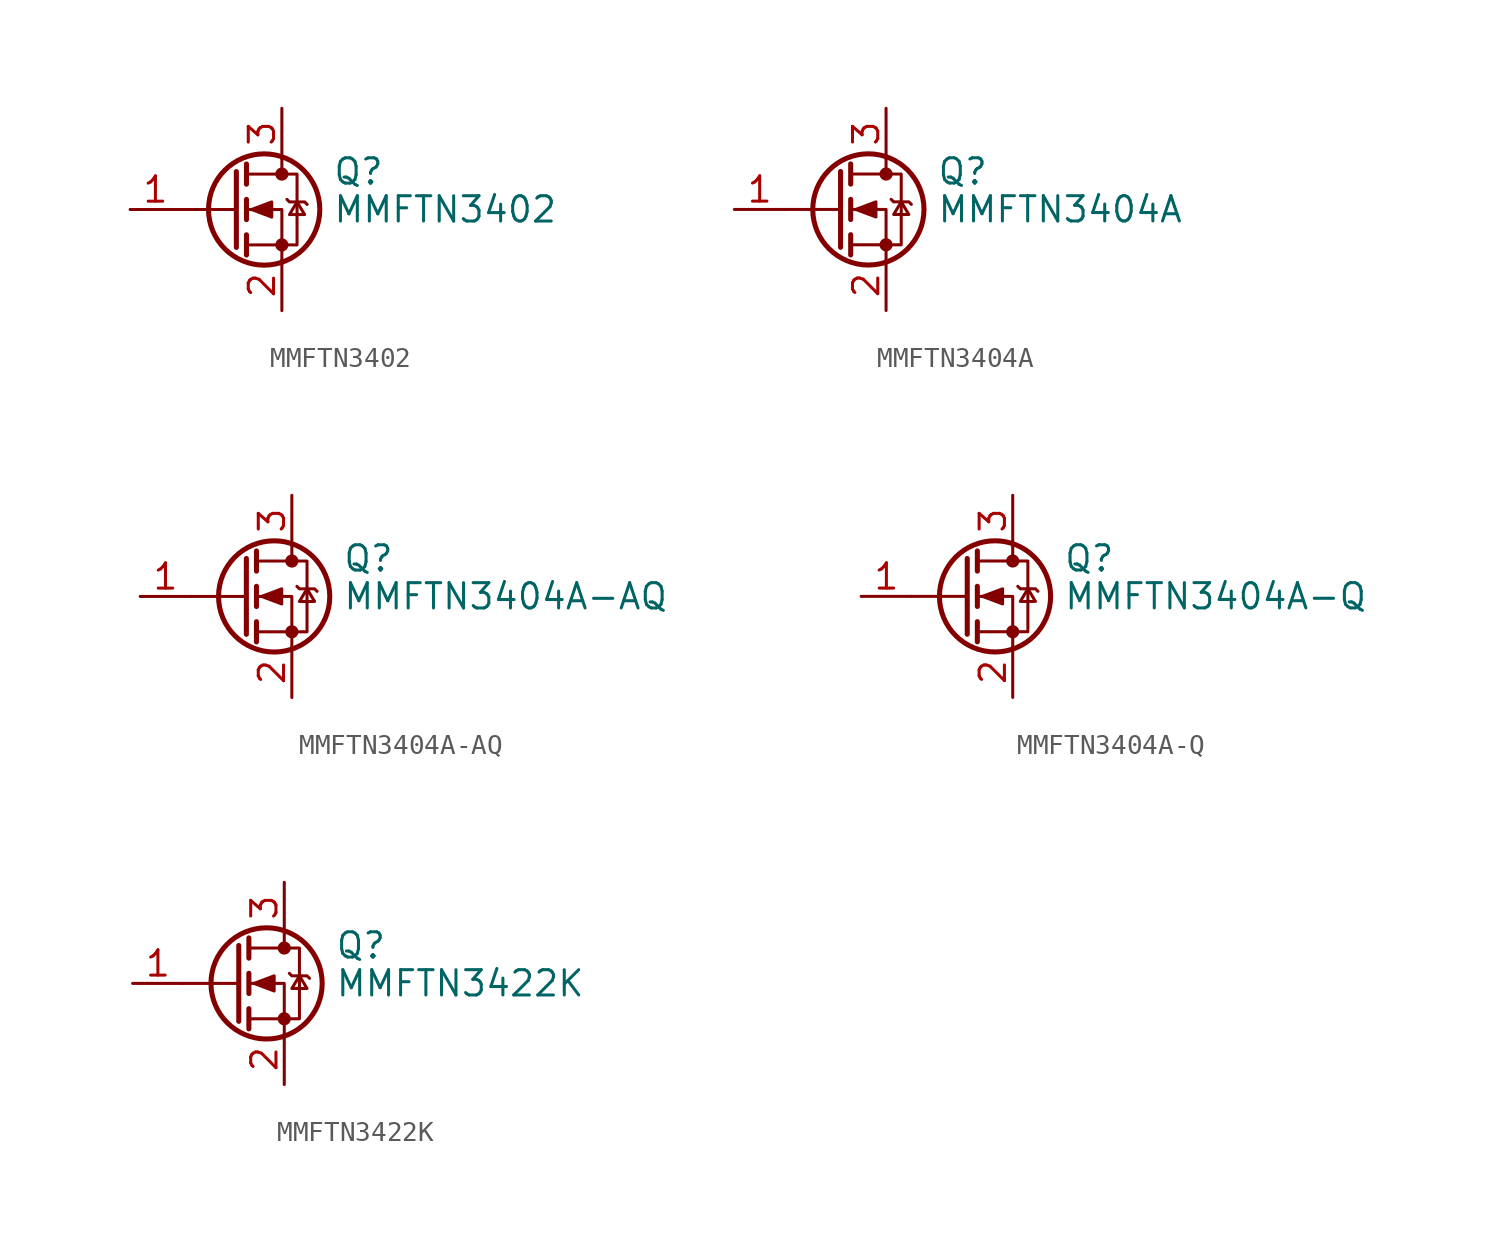
<source format=kicad_sym>
(kicad_symbol_lib
  (version 20241209)
  (generator "kicad_symbol_editor")
  (generator_version "9.0")
  (symbol "MMFTN3402"
    (pin_names
      (hide yes))
    (property "Reference" "Q"
      (at 5.08 1.905 0)
      (effects (font (size 1.27 1.27)) (justify left)))
    (property "Value" "MMFTN3402"
      (at 5.08 0 0)
      (effects (font (size 1.27 1.27)) (justify left)))
    (symbol "MMFTN3402_0_1"
      (polyline (pts (xy 0.254 1.905) (xy 0.254 -1.905)) (stroke (width 0.254) (type default)) (fill (type none)))
      (polyline (pts (xy 0.254 0) (xy -2.54 0)) (stroke (width 0) (type default)) (fill (type none)))
      (polyline (pts (xy 0.762 2.286) (xy 0.762 1.27)) (stroke (width 0.254) (type default)) (fill (type none)))
      (polyline (pts (xy 0.762 0.508) (xy 0.762 -0.508)) (stroke (width 0.254) (type default)) (fill (type none)))
      (polyline (pts (xy 0.762 -1.27) (xy 0.762 -2.286)) (stroke (width 0.254) (type default)) (fill (type none)))
      (polyline (pts (xy 0.762 -1.778) (xy 3.302 -1.778) (xy 3.302 1.778) (xy 0.762 1.778)) (stroke (width 0) (type default)) (fill (type none)))
      (polyline (pts (xy 1.016 0) (xy 2.032 0.381) (xy 2.032 -0.381) (xy 1.016 0)) (stroke (width 0) (type default)) (fill (type outline)))
      (circle (center 1.651 0) (radius 2.794) (stroke (width 0.254) (type default)) (fill (type none)))
      (polyline (pts (xy 2.54 2.54) (xy 2.54 1.778)) (stroke (width 0) (type default)) (fill (type none)))
      (circle (center 2.54 1.778) (radius 0.254) (stroke (width 0) (type default)) (fill (type outline)))
      (circle (center 2.54 -1.778) (radius 0.254) (stroke (width 0) (type default)) (fill (type outline)))
      (polyline (pts (xy 2.54 -2.54) (xy 2.54 0) (xy 0.762 0)) (stroke (width 0) (type default)) (fill (type none)))
      (polyline (pts (xy 2.794 0.508) (xy 2.921 0.381) (xy 3.683 0.381) (xy 3.81 0.254)) (stroke (width 0) (type default)) (fill (type none)))
      (polyline (pts (xy 3.302 0.381) (xy 2.921 -0.254) (xy 3.683 -0.254) (xy 3.302 0.381)) (stroke (width 0) (type default)) (fill (type none))))
    (symbol "MMFTN3402_1_1"
      (pin input line (at -5.08 0 0) (length 2.54) (name "G" (effects (font (size 1.27 1.27)))) (number "1" (effects (font (size 1.27 1.27)))))
      (pin passive line (at 2.54 5.08 270) (length 2.54) (name "D" (effects (font (size 1.27 1.27)))) (number "3" (effects (font (size 1.27 1.27)))))
      (pin passive line (at 2.54 -5.08 90) (length 2.54) (name "S" (effects (font (size 1.27 1.27)))) (number "2" (effects (font (size 1.27 1.27)))))))
  (symbol "MMFTN3404A"
    (pin_names
      (hide yes))
    (property "Reference" "Q"
      (at 5.08 1.905 0)
      (effects (font (size 1.27 1.27)) (justify left)))
    (property "Value" "MMFTN3404A"
      (at 5.08 0 0)
      (effects (font (size 1.27 1.27)) (justify left)))
    (symbol "MMFTN3404A_0_1"
      (polyline (pts (xy 0.254 1.905) (xy 0.254 -1.905)) (stroke (width 0.254) (type default)) (fill (type none)))
      (polyline (pts (xy 0.254 0) (xy -2.54 0)) (stroke (width 0) (type default)) (fill (type none)))
      (polyline (pts (xy 0.762 2.286) (xy 0.762 1.27)) (stroke (width 0.254) (type default)) (fill (type none)))
      (polyline (pts (xy 0.762 0.508) (xy 0.762 -0.508)) (stroke (width 0.254) (type default)) (fill (type none)))
      (polyline (pts (xy 0.762 -1.27) (xy 0.762 -2.286)) (stroke (width 0.254) (type default)) (fill (type none)))
      (polyline (pts (xy 0.762 -1.778) (xy 3.302 -1.778) (xy 3.302 1.778) (xy 0.762 1.778)) (stroke (width 0) (type default)) (fill (type none)))
      (polyline (pts (xy 1.016 0) (xy 2.032 0.381) (xy 2.032 -0.381) (xy 1.016 0)) (stroke (width 0) (type default)) (fill (type outline)))
      (circle (center 1.651 0) (radius 2.794) (stroke (width 0.254) (type default)) (fill (type none)))
      (polyline (pts (xy 2.54 2.54) (xy 2.54 1.778)) (stroke (width 0) (type default)) (fill (type none)))
      (circle (center 2.54 1.778) (radius 0.254) (stroke (width 0) (type default)) (fill (type outline)))
      (circle (center 2.54 -1.778) (radius 0.254) (stroke (width 0) (type default)) (fill (type outline)))
      (polyline (pts (xy 2.54 -2.54) (xy 2.54 0) (xy 0.762 0)) (stroke (width 0) (type default)) (fill (type none)))
      (polyline (pts (xy 2.794 0.508) (xy 2.921 0.381) (xy 3.683 0.381) (xy 3.81 0.254)) (stroke (width 0) (type default)) (fill (type none)))
      (polyline (pts (xy 3.302 0.381) (xy 2.921 -0.254) (xy 3.683 -0.254) (xy 3.302 0.381)) (stroke (width 0) (type default)) (fill (type none))))
    (symbol "MMFTN3404A_1_1"
      (pin input line (at -5.08 0 0) (length 2.54) (name "G" (effects (font (size 1.27 1.27)))) (number "1" (effects (font (size 1.27 1.27)))))
      (pin passive line (at 2.54 5.08 270) (length 2.54) (name "D" (effects (font (size 1.27 1.27)))) (number "3" (effects (font (size 1.27 1.27)))))
      (pin passive line (at 2.54 -5.08 90) (length 2.54) (name "S" (effects (font (size 1.27 1.27)))) (number "2" (effects (font (size 1.27 1.27)))))))
  (symbol "MMFTN3404A-AQ"
    (pin_names
      (hide yes))
    (property "Reference" "Q"
      (at 5.08 1.905 0)
      (effects (font (size 1.27 1.27)) (justify left)))
    (property "Value" "MMFTN3404A-AQ"
      (at 5.08 0 0)
      (effects (font (size 1.27 1.27)) (justify left)))
    (symbol "MMFTN3404A-AQ_0_1"
      (polyline (pts (xy 0.254 1.905) (xy 0.254 -1.905)) (stroke (width 0.254) (type default)) (fill (type none)))
      (polyline (pts (xy 0.254 0) (xy -2.54 0)) (stroke (width 0) (type default)) (fill (type none)))
      (polyline (pts (xy 0.762 2.286) (xy 0.762 1.27)) (stroke (width 0.254) (type default)) (fill (type none)))
      (polyline (pts (xy 0.762 0.508) (xy 0.762 -0.508)) (stroke (width 0.254) (type default)) (fill (type none)))
      (polyline (pts (xy 0.762 -1.27) (xy 0.762 -2.286)) (stroke (width 0.254) (type default)) (fill (type none)))
      (polyline (pts (xy 0.762 -1.778) (xy 3.302 -1.778) (xy 3.302 1.778) (xy 0.762 1.778)) (stroke (width 0) (type default)) (fill (type none)))
      (polyline (pts (xy 1.016 0) (xy 2.032 0.381) (xy 2.032 -0.381) (xy 1.016 0)) (stroke (width 0) (type default)) (fill (type outline)))
      (circle (center 1.651 0) (radius 2.794) (stroke (width 0.254) (type default)) (fill (type none)))
      (polyline (pts (xy 2.54 2.54) (xy 2.54 1.778)) (stroke (width 0) (type default)) (fill (type none)))
      (circle (center 2.54 1.778) (radius 0.254) (stroke (width 0) (type default)) (fill (type outline)))
      (circle (center 2.54 -1.778) (radius 0.254) (stroke (width 0) (type default)) (fill (type outline)))
      (polyline (pts (xy 2.54 -2.54) (xy 2.54 0) (xy 0.762 0)) (stroke (width 0) (type default)) (fill (type none)))
      (polyline (pts (xy 2.794 0.508) (xy 2.921 0.381) (xy 3.683 0.381) (xy 3.81 0.254)) (stroke (width 0) (type default)) (fill (type none)))
      (polyline (pts (xy 3.302 0.381) (xy 2.921 -0.254) (xy 3.683 -0.254) (xy 3.302 0.381)) (stroke (width 0) (type default)) (fill (type none))))
    (symbol "MMFTN3404A-AQ_1_1"
      (pin input line (at -5.08 0 0) (length 2.54) (name "G" (effects (font (size 1.27 1.27)))) (number "1" (effects (font (size 1.27 1.27)))))
      (pin passive line (at 2.54 5.08 270) (length 2.54) (name "D" (effects (font (size 1.27 1.27)))) (number "3" (effects (font (size 1.27 1.27)))))
      (pin passive line (at 2.54 -5.08 90) (length 2.54) (name "S" (effects (font (size 1.27 1.27)))) (number "2" (effects (font (size 1.27 1.27)))))))
  (symbol "MMFTN3404A-Q"
    (pin_names
      (hide yes))
    (property "Reference" "Q"
      (at 5.08 1.905 0)
      (effects (font (size 1.27 1.27)) (justify left)))
    (property "Value" "MMFTN3404A-Q"
      (at 5.08 0 0)
      (effects (font (size 1.27 1.27)) (justify left)))
    (symbol "MMFTN3404A-Q_0_1"
      (polyline (pts (xy 0.254 1.905) (xy 0.254 -1.905)) (stroke (width 0.254) (type default)) (fill (type none)))
      (polyline (pts (xy 0.254 0) (xy -2.54 0)) (stroke (width 0) (type default)) (fill (type none)))
      (polyline (pts (xy 0.762 2.286) (xy 0.762 1.27)) (stroke (width 0.254) (type default)) (fill (type none)))
      (polyline (pts (xy 0.762 0.508) (xy 0.762 -0.508)) (stroke (width 0.254) (type default)) (fill (type none)))
      (polyline (pts (xy 0.762 -1.27) (xy 0.762 -2.286)) (stroke (width 0.254) (type default)) (fill (type none)))
      (polyline (pts (xy 0.762 -1.778) (xy 3.302 -1.778) (xy 3.302 1.778) (xy 0.762 1.778)) (stroke (width 0) (type default)) (fill (type none)))
      (polyline (pts (xy 1.016 0) (xy 2.032 0.381) (xy 2.032 -0.381) (xy 1.016 0)) (stroke (width 0) (type default)) (fill (type outline)))
      (circle (center 1.651 0) (radius 2.794) (stroke (width 0.254) (type default)) (fill (type none)))
      (polyline (pts (xy 2.54 2.54) (xy 2.54 1.778)) (stroke (width 0) (type default)) (fill (type none)))
      (circle (center 2.54 1.778) (radius 0.254) (stroke (width 0) (type default)) (fill (type outline)))
      (circle (center 2.54 -1.778) (radius 0.254) (stroke (width 0) (type default)) (fill (type outline)))
      (polyline (pts (xy 2.54 -2.54) (xy 2.54 0) (xy 0.762 0)) (stroke (width 0) (type default)) (fill (type none)))
      (polyline (pts (xy 2.794 0.508) (xy 2.921 0.381) (xy 3.683 0.381) (xy 3.81 0.254)) (stroke (width 0) (type default)) (fill (type none)))
      (polyline (pts (xy 3.302 0.381) (xy 2.921 -0.254) (xy 3.683 -0.254) (xy 3.302 0.381)) (stroke (width 0) (type default)) (fill (type none))))
    (symbol "MMFTN3404A-Q_1_1"
      (pin input line (at -5.08 0 0) (length 2.54) (name "G" (effects (font (size 1.27 1.27)))) (number "1" (effects (font (size 1.27 1.27)))))
      (pin passive line (at 2.54 5.08 270) (length 2.54) (name "D" (effects (font (size 1.27 1.27)))) (number "3" (effects (font (size 1.27 1.27)))))
      (pin passive line (at 2.54 -5.08 90) (length 2.54) (name "S" (effects (font (size 1.27 1.27)))) (number "2" (effects (font (size 1.27 1.27)))))))
  (symbol "MMFTN3422K"
    (pin_names
      (hide yes))
    (property "Reference" "Q"
      (at 5.08 1.905 0)
      (effects (font (size 1.27 1.27)) (justify left)))
    (property "Value" "MMFTN3422K"
      (at 5.08 0 0)
      (effects (font (size 1.27 1.27)) (justify left)))
    (symbol "MMFTN3422K_0_1"
      (polyline (pts (xy 0.254 1.905) (xy 0.254 -1.905)) (stroke (width 0.254) (type default)) (fill (type none)))
      (polyline (pts (xy 0.254 0) (xy -2.54 0)) (stroke (width 0) (type default)) (fill (type none)))
      (polyline (pts (xy 0.762 2.286) (xy 0.762 1.27)) (stroke (width 0.254) (type default)) (fill (type none)))
      (polyline (pts (xy 0.762 0.508) (xy 0.762 -0.508)) (stroke (width 0.254) (type default)) (fill (type none)))
      (polyline (pts (xy 0.762 -1.27) (xy 0.762 -2.286)) (stroke (width 0.254) (type default)) (fill (type none)))
      (polyline (pts (xy 0.762 -1.778) (xy 3.302 -1.778) (xy 3.302 1.778) (xy 0.762 1.778)) (stroke (width 0) (type default)) (fill (type none)))
      (polyline (pts (xy 1.016 0) (xy 2.032 0.381) (xy 2.032 -0.381) (xy 1.016 0)) (stroke (width 0) (type default)) (fill (type outline)))
      (circle (center 1.651 0) (radius 2.794) (stroke (width 0.254) (type default)) (fill (type none)))
      (polyline (pts (xy 2.54 2.54) (xy 2.54 1.778)) (stroke (width 0) (type default)) (fill (type none)))
      (circle (center 2.54 1.778) (radius 0.254) (stroke (width 0) (type default)) (fill (type outline)))
      (circle (center 2.54 -1.778) (radius 0.254) (stroke (width 0) (type default)) (fill (type outline)))
      (polyline (pts (xy 2.54 -2.54) (xy 2.54 0) (xy 0.762 0)) (stroke (width 0) (type default)) (fill (type none)))
      (polyline (pts (xy 2.794 0.508) (xy 2.921 0.381) (xy 3.683 0.381) (xy 3.81 0.254)) (stroke (width 0) (type default)) (fill (type none)))
      (polyline (pts (xy 3.302 0.381) (xy 2.921 -0.254) (xy 3.683 -0.254) (xy 3.302 0.381)) (stroke (width 0) (type default)) (fill (type none))))
    (symbol "MMFTN3422K_1_1"
      (pin input line (at -5.08 0 0) (length 2.54) (name "G" (effects (font (size 1.27 1.27)))) (number "1" (effects (font (size 1.27 1.27)))))
      (pin passive line (at 2.54 5.08 270) (length 2.54) (name "D" (effects (font (size 1.27 1.27)))) (number "3" (effects (font (size 1.27 1.27)))))
      (pin passive line (at 2.54 -5.08 90) (length 2.54) (name "S" (effects (font (size 1.27 1.27)))) (number "2" (effects (font (size 1.27 1.27))))))))
</source>
